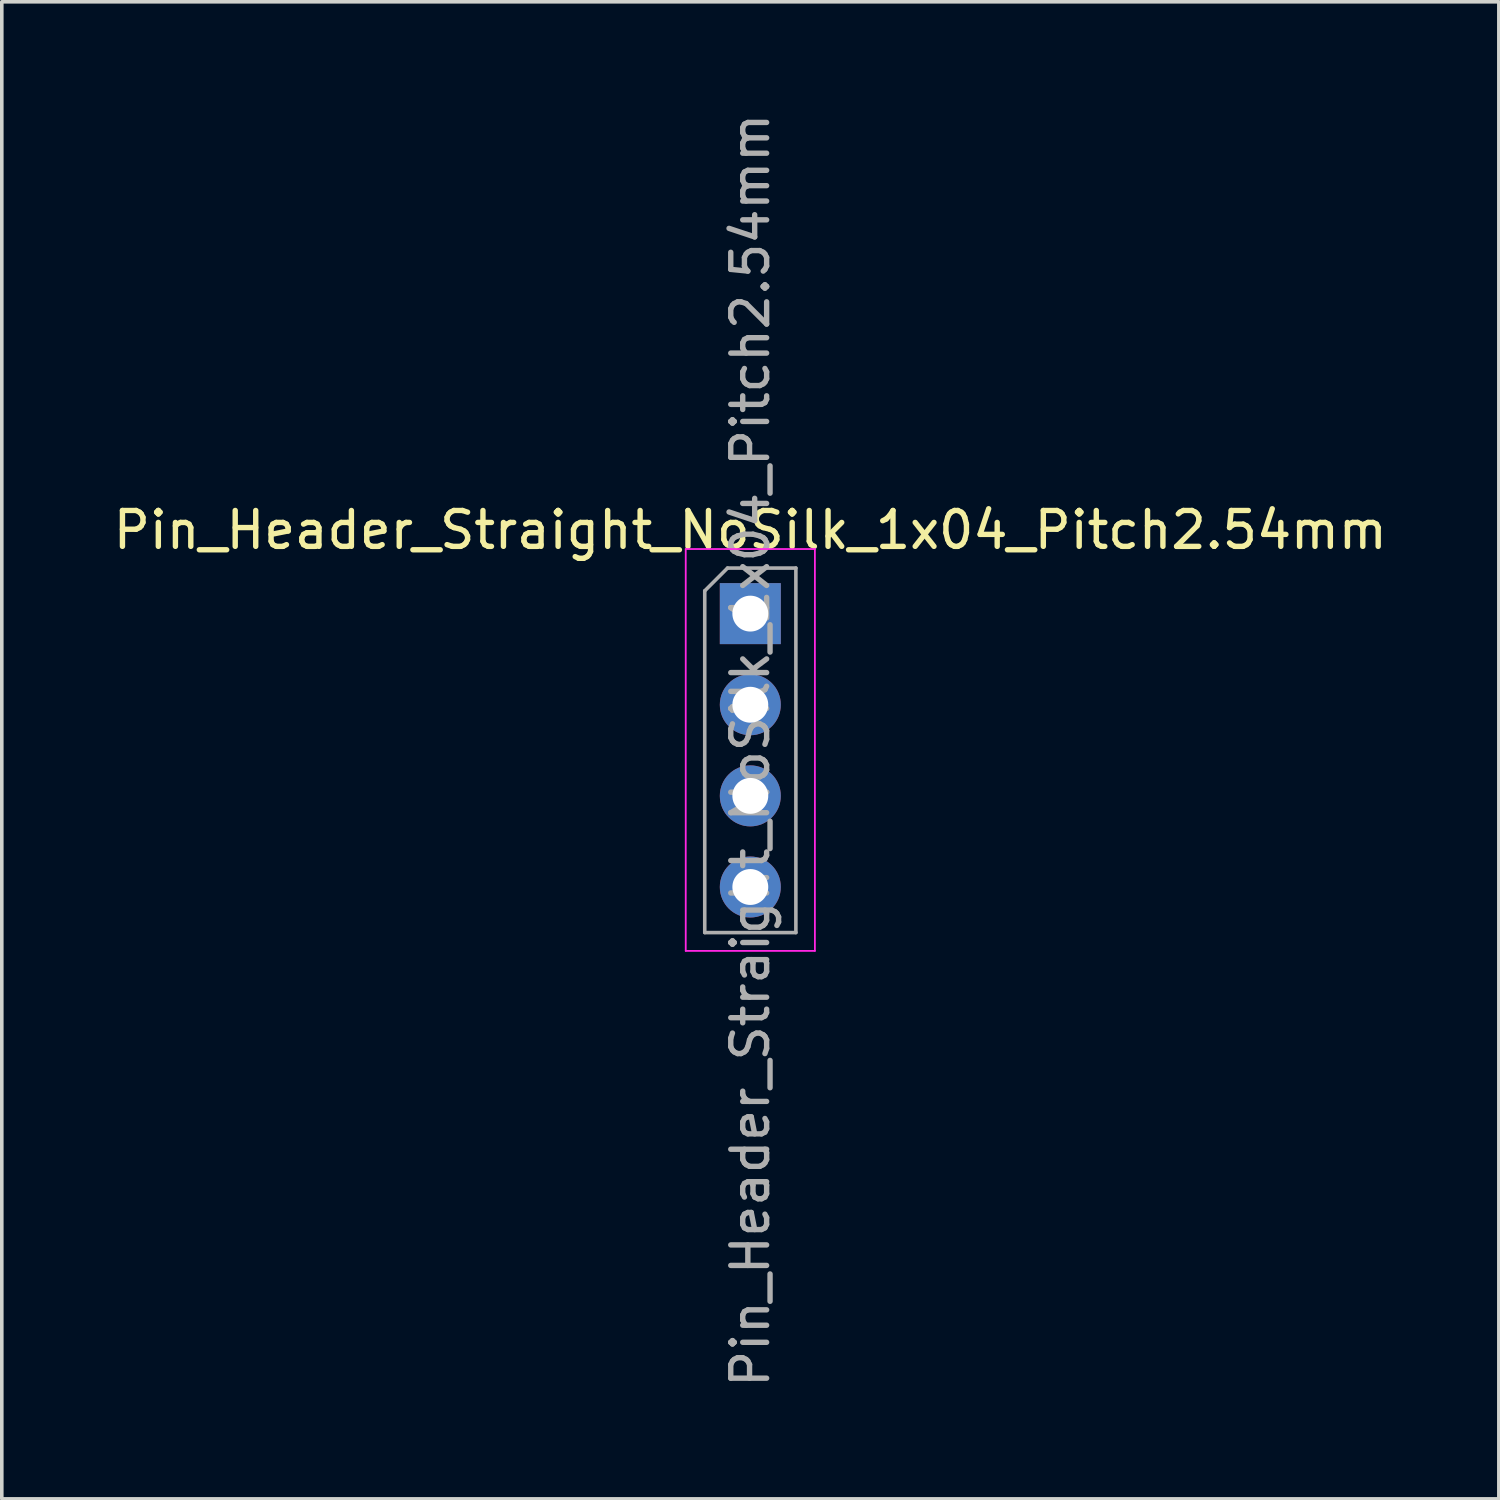
<source format=kicad_pcb>
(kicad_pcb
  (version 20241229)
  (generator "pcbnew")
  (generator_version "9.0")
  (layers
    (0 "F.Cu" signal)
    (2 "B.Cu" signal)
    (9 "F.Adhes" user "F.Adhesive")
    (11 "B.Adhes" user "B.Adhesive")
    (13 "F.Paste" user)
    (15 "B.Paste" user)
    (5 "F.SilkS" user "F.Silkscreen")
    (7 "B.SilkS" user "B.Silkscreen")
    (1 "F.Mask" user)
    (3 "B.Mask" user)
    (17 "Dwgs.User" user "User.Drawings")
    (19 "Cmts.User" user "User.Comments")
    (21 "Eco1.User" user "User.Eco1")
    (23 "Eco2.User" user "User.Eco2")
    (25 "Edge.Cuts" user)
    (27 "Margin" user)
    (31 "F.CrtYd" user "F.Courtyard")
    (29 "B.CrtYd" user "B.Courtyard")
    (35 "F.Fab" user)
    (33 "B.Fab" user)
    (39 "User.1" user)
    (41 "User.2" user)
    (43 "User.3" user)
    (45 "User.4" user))
  (footprint "Pin_Header_Straight_NoSilk_1x04_Pitch2.54mm"
    (layer "F.Cu")
    (at 17.863 14.053)
    (property "Reference" "Pin_Header_Straight_NoSilk_1x04_Pitch2.54mm" (at 0 -2.33 0) (layer "F.SilkS") (effects (font (size 1 1) (thickness 0.15))))
    (attr through_hole)
    (fp_line (start -1.8 -1.8) (end -1.8 9.4) (stroke (width 0.05) (type solid)) (layer "F.CrtYd"))
    (fp_line (start -1.8 9.4) (end 1.8 9.4) (stroke (width 0.05) (type solid)) (layer "F.CrtYd"))
    (fp_line (start 1.8 -1.8) (end -1.8 -1.8) (stroke (width 0.05) (type solid)) (layer "F.CrtYd"))
    (fp_line (start 1.8 9.4) (end 1.8 -1.8) (stroke (width 0.05) (type solid)) (layer "F.CrtYd"))
    (fp_line (start -1.27 -0.635) (end -0.635 -1.27) (stroke (width 0.1) (type solid)) (layer "F.Fab"))
    (fp_line (start -1.27 8.89) (end -1.27 -0.635) (stroke (width 0.1) (type solid)) (layer "F.Fab"))
    (fp_line (start -0.635 -1.27) (end 1.27 -1.27) (stroke (width 0.1) (type solid)) (layer "F.Fab"))
    (fp_line (start 1.27 -1.27) (end 1.27 8.89) (stroke (width 0.1) (type solid)) (layer "F.Fab"))
    (fp_line (start 1.27 8.89) (end -1.27 8.89) (stroke (width 0.1) (type solid)) (layer "F.Fab"))
    (fp_text user "${REFERENCE}" (at 0 3.81 90) (layer "F.Fab") (effects (font (size 1 1) (thickness 0.15))))
    (pad "1" thru_hole rect (at 0 0) (size 1.7 1.7) (drill 1) (layers "*.Cu" "*.Mask"))
    (pad "2" thru_hole oval (at 0 2.54) (size 1.7 1.7) (drill 1) (layers "*.Cu" "*.Mask"))
    (pad "3" thru_hole oval (at 0 5.08) (size 1.7 1.7) (drill 1) (layers "*.Cu" "*.Mask"))
    (pad "4" thru_hole oval (at 0 7.62) (size 1.7 1.7) (drill 1) (layers "*.Cu" "*.Mask")))
  (gr_rect
    (start -3 -3)
    (end 38.726 38.726)
    (stroke (width 0.1) (type default))
    (fill no)
    (layer "Edge.Cuts")))
</source>
